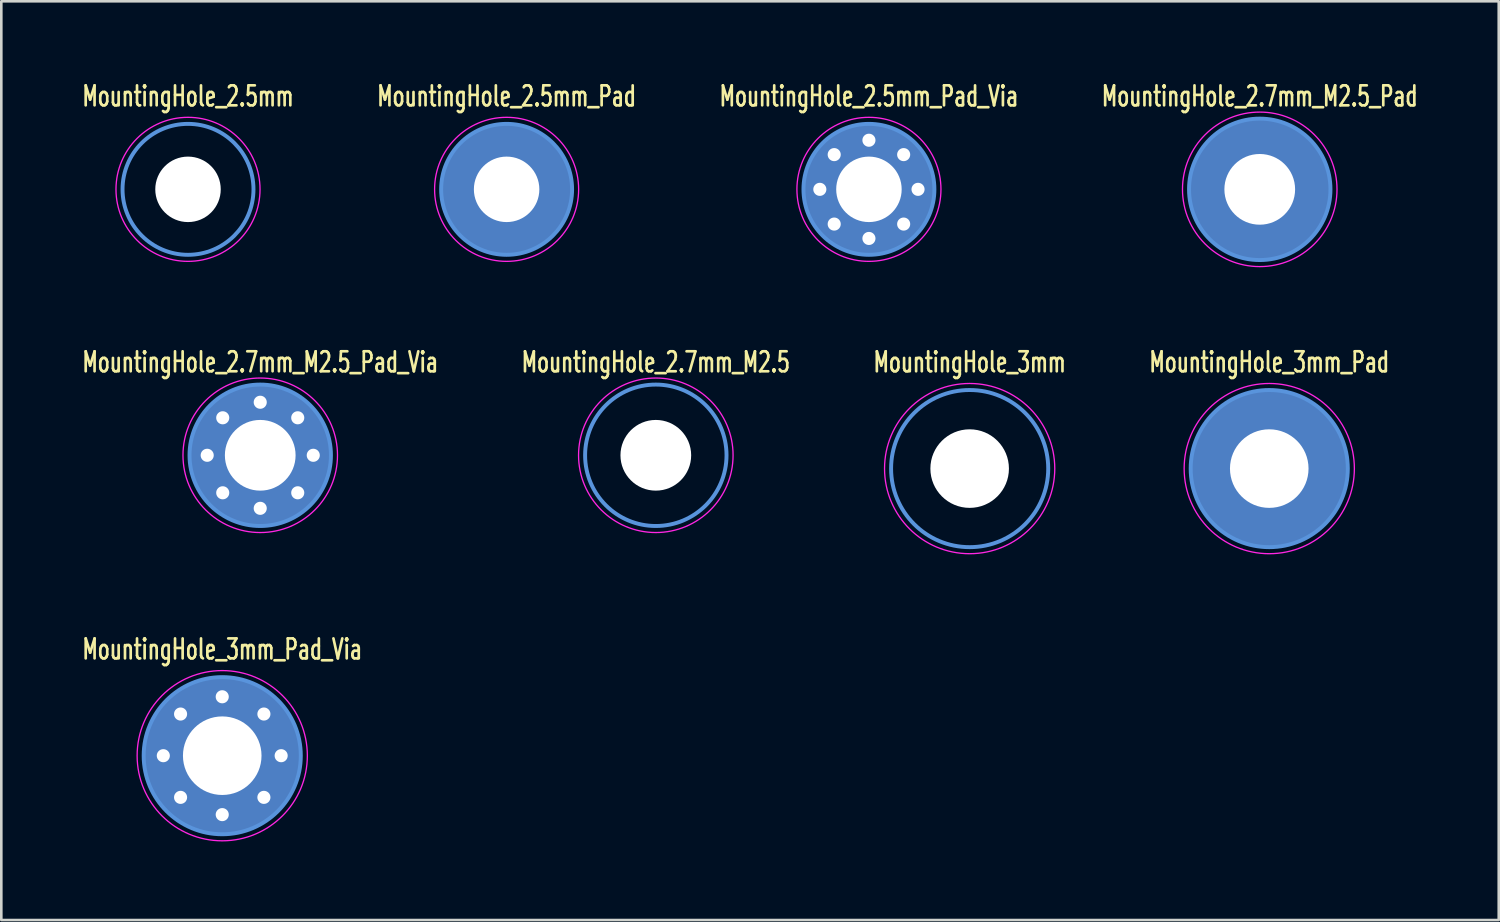
<source format=kicad_pcb>
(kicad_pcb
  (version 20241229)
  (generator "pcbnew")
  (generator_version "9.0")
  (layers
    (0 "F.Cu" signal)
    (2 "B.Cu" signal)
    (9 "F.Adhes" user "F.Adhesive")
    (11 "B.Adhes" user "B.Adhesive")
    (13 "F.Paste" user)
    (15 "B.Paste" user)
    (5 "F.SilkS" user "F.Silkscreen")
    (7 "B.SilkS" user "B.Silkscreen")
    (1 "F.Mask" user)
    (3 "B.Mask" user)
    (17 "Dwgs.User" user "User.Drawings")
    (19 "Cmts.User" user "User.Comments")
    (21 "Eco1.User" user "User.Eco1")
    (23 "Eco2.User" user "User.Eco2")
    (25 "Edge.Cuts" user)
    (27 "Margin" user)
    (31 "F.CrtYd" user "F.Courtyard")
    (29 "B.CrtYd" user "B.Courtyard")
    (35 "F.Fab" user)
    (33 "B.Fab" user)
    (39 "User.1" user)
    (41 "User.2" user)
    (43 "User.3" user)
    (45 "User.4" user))
  (footprint "MountingHole_2.5mm_Pad"
    (layer "F.Cu")
    (at 16.295 4.18)
    (property "Reference" "MountingHole_2.5mm_Pad" (at 0 -3.556 0) (layer "F.SilkS") (effects (font (size 0.762 0.508) (thickness 0.102))))
    (attr exclude_from_pos_files exclude_from_bom)
    (fp_circle (center 0 0) (end 2.5 0) (stroke (width 0.15) (type solid)) (fill no) (layer "Cmts.User"))
    (fp_circle (center 0 0) (end 2.75 0) (stroke (width 0.05) (type solid)) (fill no) (layer "F.CrtYd"))
    (pad "1" thru_hole circle (at 0 0) (size 5 5) (drill 2.5) (layers "*.Cu" "*.Mask")))
  (footprint "MountingHole_3mm_Pad"
    (layer "F.Cu")
    (at 45.416 14.843)
    (property "Reference" "MountingHole_3mm_Pad" (at 0 -4.064 0) (layer "F.SilkS") (effects (font (size 0.762 0.508) (thickness 0.102))))
    (attr exclude_from_pos_files exclude_from_bom)
    (fp_circle (center 0 0) (end 3 0) (stroke (width 0.15) (type solid)) (fill no) (layer "Cmts.User"))
    (fp_circle (center 0 0) (end 3.25 0) (stroke (width 0.05) (type solid)) (fill no) (layer "F.CrtYd"))
    (pad "1" thru_hole circle (at 0 0) (size 6 6) (drill 3) (layers "*.Cu" "*.Mask")))
  (footprint "MountingHole_2.7mm_M2.5_Pad_Via"
    (layer "F.Cu")
    (at 6.887 14.335)
    (property "Reference" "MountingHole_2.7mm_M2.5_Pad_Via" (at 0 -3.556 0) (layer "F.SilkS") (effects (font (size 0.762 0.508) (thickness 0.102))))
    (attr exclude_from_pos_files exclude_from_bom)
    (fp_circle (center 0 0) (end 2.7 0) (stroke (width 0.15) (type solid)) (fill no) (layer "Cmts.User"))
    (fp_circle (center 0 0) (end 2.95 0) (stroke (width 0.05) (type solid)) (fill no) (layer "F.CrtYd"))
    (pad "" thru_hole circle (at -2.025 0) (size 0.8 0.8) (drill 0.5) (layers "*.Cu" "*.Mask"))
    (pad "" thru_hole circle (at -1.432 -1.432) (size 0.8 0.8) (drill 0.5) (layers "*.Cu" "*.Mask"))
    (pad "" thru_hole circle (at -1.432 1.432) (size 0.8 0.8) (drill 0.5) (layers "*.Cu" "*.Mask"))
    (pad "" thru_hole circle (at 0 -2.025) (size 0.8 0.8) (drill 0.5) (layers "*.Cu" "*.Mask"))
    (pad "" thru_hole circle (at 0 2.025) (size 0.8 0.8) (drill 0.5) (layers "*.Cu" "*.Mask"))
    (pad "" thru_hole circle (at 1.432 -1.432) (size 0.8 0.8) (drill 0.5) (layers "*.Cu" "*.Mask"))
    (pad "" thru_hole circle (at 1.432 1.432) (size 0.8 0.8) (drill 0.5) (layers "*.Cu" "*.Mask"))
    (pad "" thru_hole circle (at 2.025 0) (size 0.8 0.8) (drill 0.5) (layers "*.Cu" "*.Mask"))
    (pad "1" thru_hole circle (at 0 0) (size 5.4 5.4) (drill 2.7) (layers "*.Cu" "*.Mask")))
  (footprint "MountingHole_2.5mm_Pad_Via"
    (layer "F.Cu")
    (at 30.13 4.18)
    (property "Reference" "MountingHole_2.5mm_Pad_Via" (at 0 -3.556 0) (layer "F.SilkS") (effects (font (size 0.762 0.508) (thickness 0.102))))
    (attr exclude_from_pos_files exclude_from_bom)
    (fp_circle (center 0 0) (end 2.5 0) (stroke (width 0.15) (type solid)) (fill no) (layer "Cmts.User"))
    (fp_circle (center 0 0) (end 2.75 0) (stroke (width 0.05) (type solid)) (fill no) (layer "F.CrtYd"))
    (pad "" thru_hole circle (at -1.875 0) (size 0.8 0.8) (drill 0.5) (layers "*.Cu" "*.Mask"))
    (pad "" thru_hole circle (at -1.326 -1.326) (size 0.8 0.8) (drill 0.5) (layers "*.Cu" "*.Mask"))
    (pad "" thru_hole circle (at -1.326 1.326) (size 0.8 0.8) (drill 0.5) (layers "*.Cu" "*.Mask"))
    (pad "" thru_hole circle (at 0 -1.875) (size 0.8 0.8) (drill 0.5) (layers "*.Cu" "*.Mask"))
    (pad "" thru_hole circle (at 0 1.875) (size 0.8 0.8) (drill 0.5) (layers "*.Cu" "*.Mask"))
    (pad "" thru_hole circle (at 1.326 -1.326) (size 0.8 0.8) (drill 0.5) (layers "*.Cu" "*.Mask"))
    (pad "" thru_hole circle (at 1.326 1.326) (size 0.8 0.8) (drill 0.5) (layers "*.Cu" "*.Mask"))
    (pad "" thru_hole circle (at 1.875 0) (size 0.8 0.8) (drill 0.5) (layers "*.Cu" "*.Mask"))
    (pad "1" thru_hole circle (at 0 0) (size 5 5) (drill 2.5) (layers "*.Cu" "*.Mask")))
  (footprint "MountingHole_3mm"
    (layer "F.Cu")
    (at 33.976 14.843)
    (property "Reference" "MountingHole_3mm" (at 0 -4.064 0) (layer "F.SilkS") (effects (font (size 0.762 0.508) (thickness 0.102))))
    (attr exclude_from_pos_files exclude_from_bom)
    (fp_circle (center 0 0) (end 3 0) (stroke (width 0.15) (type solid)) (fill no) (layer "Cmts.User"))
    (fp_circle (center 0 0) (end 3.25 0) (stroke (width 0.05) (type solid)) (fill no) (layer "F.CrtYd"))
    (pad "" np_thru_hole circle (at 0 0) (size 3 3) (drill 3) (layers "*.Cu" "*.Mask")))
  (footprint "MountingHole_3mm_Pad_Via"
    (layer "F.Cu")
    (at 5.436 25.806)
    (property "Reference" "MountingHole_3mm_Pad_Via" (at 0 -4.064 0) (layer "F.SilkS") (effects (font (size 0.762 0.508) (thickness 0.102))))
    (attr exclude_from_pos_files exclude_from_bom)
    (fp_circle (center 0 0) (end 3 0) (stroke (width 0.15) (type solid)) (fill no) (layer "Cmts.User"))
    (fp_circle (center 0 0) (end 3.25 0) (stroke (width 0.05) (type solid)) (fill no) (layer "F.CrtYd"))
    (pad "" thru_hole circle (at -2.25 0) (size 0.8 0.8) (drill 0.5) (layers "*.Cu" "*.Mask"))
    (pad "" thru_hole circle (at -1.591 -1.591) (size 0.8 0.8) (drill 0.5) (layers "*.Cu" "*.Mask"))
    (pad "" thru_hole circle (at -1.591 1.591) (size 0.8 0.8) (drill 0.5) (layers "*.Cu" "*.Mask"))
    (pad "" thru_hole circle (at 0 -2.25) (size 0.8 0.8) (drill 0.5) (layers "*.Cu" "*.Mask"))
    (pad "" thru_hole circle (at 0 2.25) (size 0.8 0.8) (drill 0.5) (layers "*.Cu" "*.Mask"))
    (pad "" thru_hole circle (at 1.591 -1.591) (size 0.8 0.8) (drill 0.5) (layers "*.Cu" "*.Mask"))
    (pad "" thru_hole circle (at 1.591 1.591) (size 0.8 0.8) (drill 0.5) (layers "*.Cu" "*.Mask"))
    (pad "" thru_hole circle (at 2.25 0) (size 0.8 0.8) (drill 0.5) (layers "*.Cu" "*.Mask"))
    (pad "1" thru_hole circle (at 0 0) (size 6 6) (drill 3) (layers "*.Cu" "*.Mask")))
  (footprint "MountingHole_2.7mm_M2.5_Pad"
    (layer "F.Cu")
    (at 45.053 4.18)
    (property "Reference" "MountingHole_2.7mm_M2.5_Pad" (at 0 -3.556 0) (layer "F.SilkS") (effects (font (size 0.762 0.508) (thickness 0.102))))
    (attr exclude_from_pos_files exclude_from_bom)
    (fp_circle (center 0 0) (end 2.7 0) (stroke (width 0.15) (type solid)) (fill no) (layer "Cmts.User"))
    (fp_circle (center 0 0) (end 2.95 0) (stroke (width 0.05) (type solid)) (fill no) (layer "F.CrtYd"))
    (pad "1" thru_hole circle (at 0 0) (size 5.4 5.4) (drill 2.7) (layers "*.Cu" "*.Mask")))
  (footprint "MountingHole_2.7mm_M2.5"
    (layer "F.Cu")
    (at 21.992 14.335)
    (property "Reference" "MountingHole_2.7mm_M2.5" (at 0 -3.556 0) (layer "F.SilkS") (effects (font (size 0.762 0.508) (thickness 0.102))))
    (attr exclude_from_pos_files exclude_from_bom)
    (fp_circle (center 0 0) (end 2.7 0) (stroke (width 0.15) (type solid)) (fill no) (layer "Cmts.User"))
    (fp_circle (center 0 0) (end 2.95 0) (stroke (width 0.05) (type solid)) (fill no) (layer "F.CrtYd"))
    (pad "" np_thru_hole circle (at 0 0) (size 2.7 2.7) (drill 2.7) (layers "*.Cu" "*.Mask")))
  (footprint "MountingHole_2.5mm"
    (layer "F.Cu")
    (at 4.129 4.18)
    (property "Reference" "MountingHole_2.5mm" (at 0 -3.556 0) (layer "F.SilkS") (effects (font (size 0.762 0.508) (thickness 0.102))))
    (attr exclude_from_pos_files exclude_from_bom)
    (fp_circle (center 0 0) (end 2.5 0) (stroke (width 0.15) (type solid)) (fill no) (layer "Cmts.User"))
    (fp_circle (center 0 0) (end 2.75 0) (stroke (width 0.05) (type solid)) (fill no) (layer "F.CrtYd"))
    (pad "" np_thru_hole circle (at 0 0) (size 2.5 2.5) (drill 2.5) (layers "*.Cu" "*.Mask")))
  (gr_rect
    (start -3 -3)
    (end 54.179 32.081)
    (stroke (width 0.1) (type default))
    (fill no)
    (layer "Edge.Cuts")))
</source>
